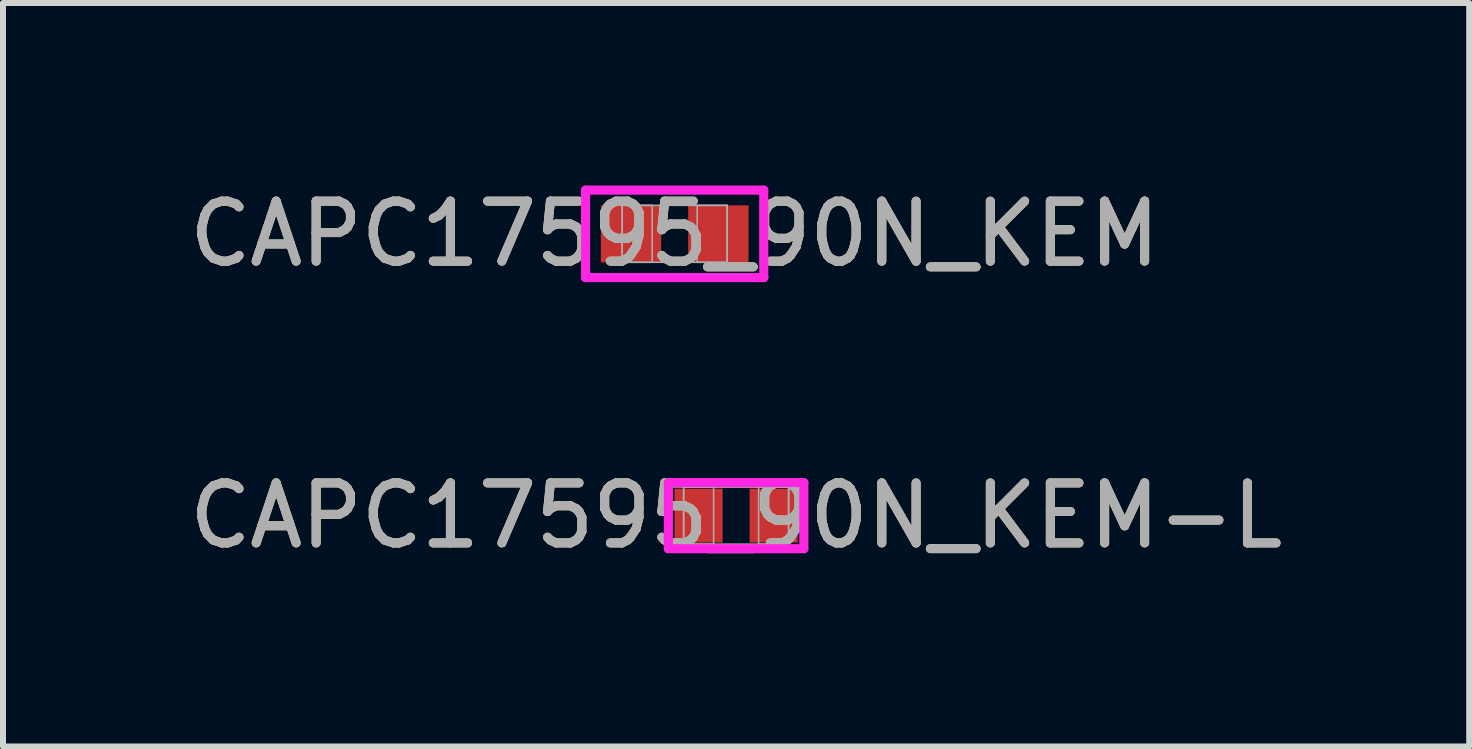
<source format=kicad_pcb>
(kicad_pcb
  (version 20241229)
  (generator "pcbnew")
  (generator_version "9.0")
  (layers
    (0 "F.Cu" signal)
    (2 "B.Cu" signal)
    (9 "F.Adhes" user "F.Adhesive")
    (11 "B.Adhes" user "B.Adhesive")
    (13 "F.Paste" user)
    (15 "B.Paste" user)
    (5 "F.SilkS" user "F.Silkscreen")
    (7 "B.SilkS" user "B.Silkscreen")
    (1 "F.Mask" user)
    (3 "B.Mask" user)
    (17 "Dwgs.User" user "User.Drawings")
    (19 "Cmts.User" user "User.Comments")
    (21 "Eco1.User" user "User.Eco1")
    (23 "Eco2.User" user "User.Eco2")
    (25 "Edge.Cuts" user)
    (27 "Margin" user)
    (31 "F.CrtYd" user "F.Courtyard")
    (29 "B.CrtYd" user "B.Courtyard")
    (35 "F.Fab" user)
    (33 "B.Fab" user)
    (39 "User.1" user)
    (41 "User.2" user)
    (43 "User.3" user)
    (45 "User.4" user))
  (footprint "CAPC17595_90N_KEM-L"
    (layer "F.Cu")
    (at 9.22 5.545)
    (property "Reference" "CAPC17595_90N_KEM-L" (at 0 0 0) (unlocked yes) (layer "F.SilkS") (effects (font (size 1 1) (thickness 0.15))))
    (attr smd)
    (fp_line (start -1.129 -0.551) (end 1.129 -0.551) (stroke (width 0.152) (type solid)) (layer "F.CrtYd"))
    (fp_line (start -1.129 0.551) (end -1.129 -0.551) (stroke (width 0.152) (type solid)) (layer "F.CrtYd"))
    (fp_line (start 1.129 -0.551) (end 1.129 0.551) (stroke (width 0.152) (type solid)) (layer "F.CrtYd"))
    (fp_line (start 1.129 0.551) (end -1.129 0.551) (stroke (width 0.152) (type solid)) (layer "F.CrtYd"))
    (fp_line (start -0.875 -0.475) (end -0.875 0.475) (stroke (width 0.025) (type solid)) (layer "F.Fab"))
    (fp_line (start -0.875 -0.475) (end -0.875 0.475) (stroke (width 0.025) (type solid)) (layer "F.Fab"))
    (fp_line (start -0.875 0.475) (end -0.375 0.475) (stroke (width 0.025) (type solid)) (layer "F.Fab"))
    (fp_line (start -0.875 0.475) (end 0.875 0.475) (stroke (width 0.025) (type solid)) (layer "F.Fab"))
    (fp_line (start -0.375 -0.475) (end -0.875 -0.475) (stroke (width 0.025) (type solid)) (layer "F.Fab"))
    (fp_line (start -0.375 0.475) (end -0.375 -0.475) (stroke (width 0.025) (type solid)) (layer "F.Fab"))
    (fp_line (start 0.375 -0.475) (end 0.375 0.475) (stroke (width 0.025) (type solid)) (layer "F.Fab"))
    (fp_line (start 0.375 0.475) (end 0.875 0.475) (stroke (width 0.025) (type solid)) (layer "F.Fab"))
    (fp_line (start 0.875 -0.475) (end -0.875 -0.475) (stroke (width 0.025) (type solid)) (layer "F.Fab"))
    (fp_line (start 0.875 -0.475) (end 0.375 -0.475) (stroke (width 0.025) (type solid)) (layer "F.Fab"))
    (fp_line (start 0.875 0.475) (end 0.875 -0.475) (stroke (width 0.025) (type solid)) (layer "F.Fab"))
    (fp_line (start 0.875 0.475) (end 0.875 -0.475) (stroke (width 0.025) (type solid)) (layer "F.Fab"))
    (fp_text user "${REFERENCE}" (at 0 0 0) (unlocked yes) (layer "F.Fab") (effects (font (size 1 1) (thickness 0.15))))
    (pad "1" smd rect (at -0.626 0) (size 0.802 0.899) (layers "F.Cu" "F.Mask" "F.Paste"))
    (pad "2" smd rect (at 0.626 0) (size 0.802 0.899) (layers "F.Cu" "F.Mask" "F.Paste"))
    (zone (net_name "") (layer "F.Cu") (hatch full 0.508) (connect_pads) (min_thickness 0.254) (filled_areas_thickness no) (keepout (tracks not_allowed) (vias not_allowed) (pads allowed) (copperpour not_allowed) (footprints allowed)) (placement (enabled no)) (fill) (polygon (pts (xy 9.046 5.121) (xy 9.394 5.121) (xy 9.394 5.969) (xy 9.046 5.969)))))
  (footprint "CAPC17595_90N_KEM"
    (layer "F.Cu")
    (at 8.196 0.848)
    (property "Reference" "CAPC17595_90N_KEM" (at 0 0 0) (unlocked yes) (layer "F.SilkS") (effects (font (size 1 1) (thickness 0.15))))
    (attr smd)
    (fp_line (start -1.485 -0.729) (end 1.485 -0.729) (stroke (width 0.152) (type solid)) (layer "F.CrtYd"))
    (fp_line (start -1.485 0.729) (end -1.485 -0.729) (stroke (width 0.152) (type solid)) (layer "F.CrtYd"))
    (fp_line (start 1.485 -0.729) (end 1.485 0.729) (stroke (width 0.152) (type solid)) (layer "F.CrtYd"))
    (fp_line (start 1.485 0.729) (end -1.485 0.729) (stroke (width 0.152) (type solid)) (layer "F.CrtYd"))
    (fp_line (start -0.875 -0.475) (end -0.875 0.475) (stroke (width 0.025) (type solid)) (layer "F.Fab"))
    (fp_line (start -0.875 -0.475) (end -0.875 0.475) (stroke (width 0.025) (type solid)) (layer "F.Fab"))
    (fp_line (start -0.875 0.475) (end -0.375 0.475) (stroke (width 0.025) (type solid)) (layer "F.Fab"))
    (fp_line (start -0.875 0.475) (end 0.875 0.475) (stroke (width 0.025) (type solid)) (layer "F.Fab"))
    (fp_line (start -0.375 -0.475) (end -0.875 -0.475) (stroke (width 0.025) (type solid)) (layer "F.Fab"))
    (fp_line (start -0.375 0.475) (end -0.375 -0.475) (stroke (width 0.025) (type solid)) (layer "F.Fab"))
    (fp_line (start 0.375 -0.475) (end 0.375 0.475) (stroke (width 0.025) (type solid)) (layer "F.Fab"))
    (fp_line (start 0.375 0.475) (end 0.875 0.475) (stroke (width 0.025) (type solid)) (layer "F.Fab"))
    (fp_line (start 0.875 -0.475) (end -0.875 -0.475) (stroke (width 0.025) (type solid)) (layer "F.Fab"))
    (fp_line (start 0.875 -0.475) (end 0.375 -0.475) (stroke (width 0.025) (type solid)) (layer "F.Fab"))
    (fp_line (start 0.875 0.475) (end 0.875 -0.475) (stroke (width 0.025) (type solid)) (layer "F.Fab"))
    (fp_line (start 0.875 0.475) (end 0.875 -0.475) (stroke (width 0.025) (type solid)) (layer "F.Fab"))
    (fp_text user "${REFERENCE}" (at 0 0 0) (unlocked yes) (layer "F.Fab") (effects (font (size 1 1) (thickness 0.15))))
    (pad "1" smd rect (at -0.728 0) (size 1.006 0.95) (layers "F.Cu" "F.Mask" "F.Paste"))
    (pad "2" smd rect (at 0.728 0) (size 1.006 0.95) (layers "F.Cu" "F.Mask" "F.Paste"))
    (zone (net_name "") (layer "F.Cu") (hatch full 0.508) (connect_pads) (min_thickness 0.254) (filled_areas_thickness no) (keepout (tracks not_allowed) (vias not_allowed) (pads allowed) (copperpour not_allowed) (footprints allowed)) (placement (enabled no)) (fill) (polygon (pts (xy 8.022 0.424) (xy 8.371 0.424) (xy 8.371 1.272) (xy 8.022 1.272)))))
  (gr_rect
    (start -3 -3)
    (end 21.44 9.393)
    (stroke (width 0.1) (type default))
    (fill no)
    (layer "Edge.Cuts")))
</source>
